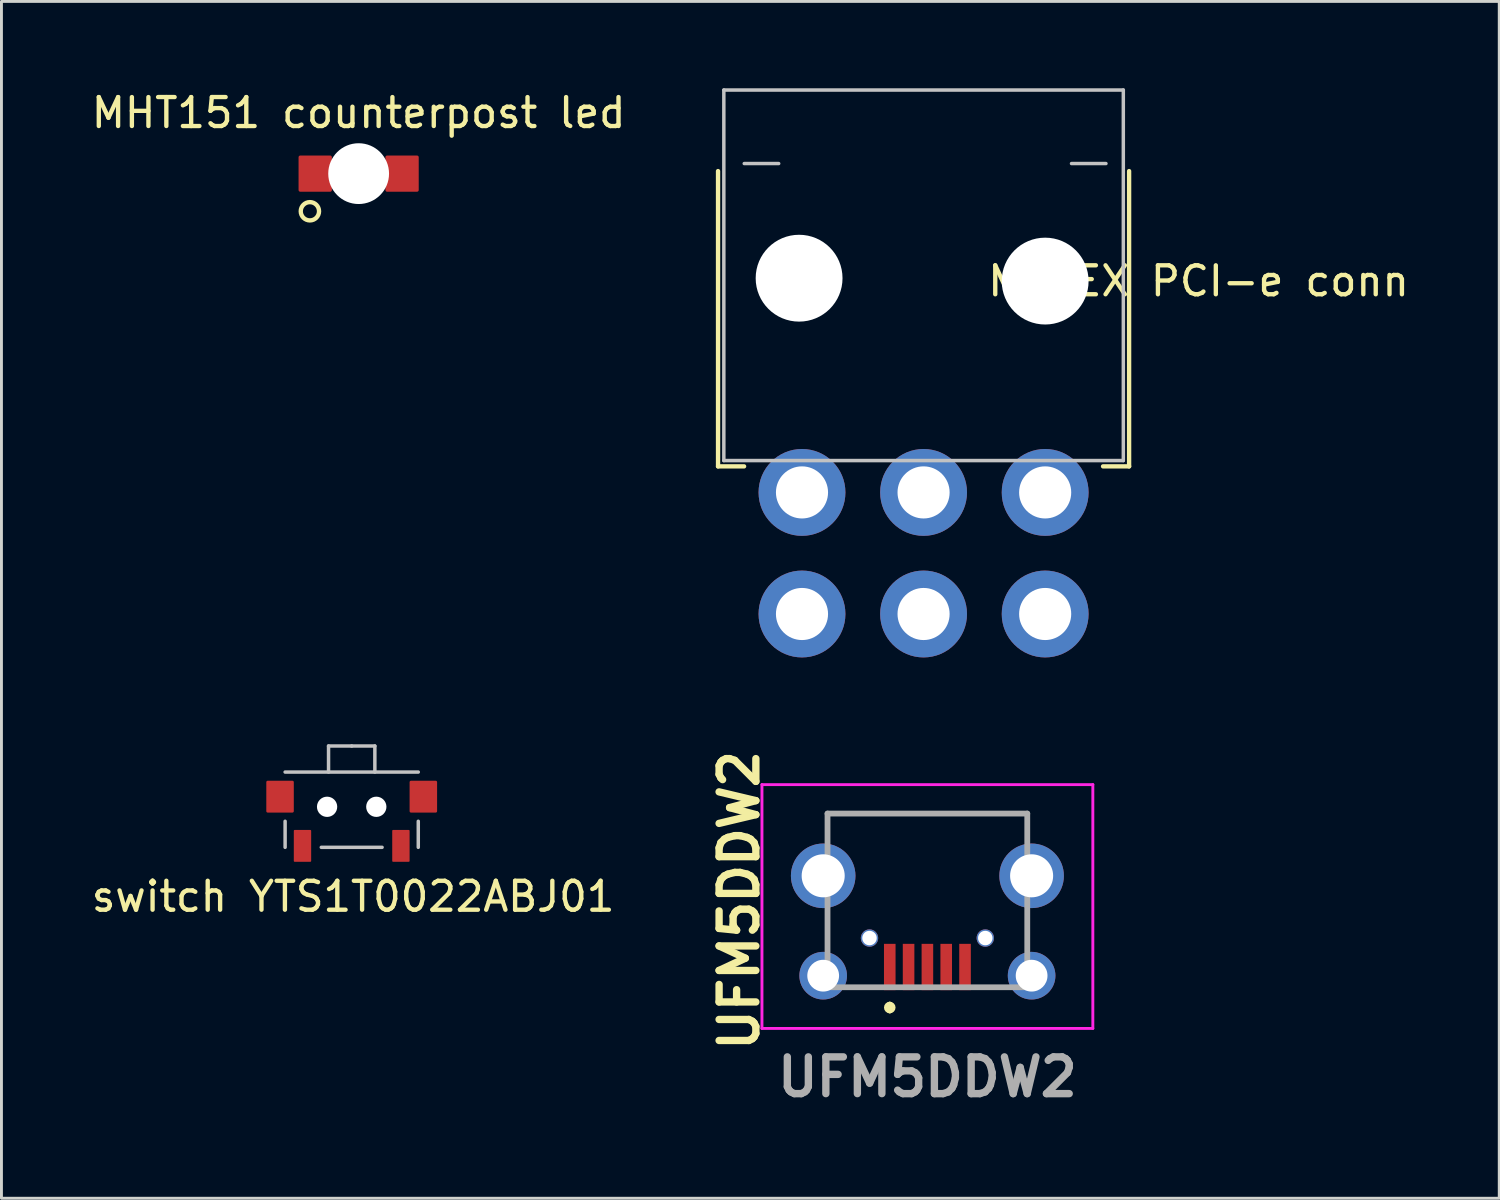
<source format=kicad_pcb>
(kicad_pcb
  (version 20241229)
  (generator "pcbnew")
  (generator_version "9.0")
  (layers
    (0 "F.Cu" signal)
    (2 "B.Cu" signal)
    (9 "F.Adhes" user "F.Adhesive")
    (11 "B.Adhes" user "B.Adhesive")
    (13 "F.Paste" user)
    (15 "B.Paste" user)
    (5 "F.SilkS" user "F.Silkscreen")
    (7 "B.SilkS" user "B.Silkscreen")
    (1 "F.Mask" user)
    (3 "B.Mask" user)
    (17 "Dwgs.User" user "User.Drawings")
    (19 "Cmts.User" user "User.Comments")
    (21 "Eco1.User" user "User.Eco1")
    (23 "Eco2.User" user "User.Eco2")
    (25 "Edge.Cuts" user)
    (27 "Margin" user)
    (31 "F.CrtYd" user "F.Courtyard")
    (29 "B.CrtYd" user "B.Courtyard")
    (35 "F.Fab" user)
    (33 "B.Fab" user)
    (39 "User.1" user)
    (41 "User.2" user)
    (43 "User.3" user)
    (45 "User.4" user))
  (footprint "MHT151 counterpost led"
    (layer "F.Cu")
    (at 9.339 2.948)
    (property "Reference" "MHT151 counterpost led" (at 0 -2.1 0) (unlocked yes) (layer "F.SilkS") (effects (font (size 1 1) (thickness 0.15))))
    (attr smd)
    (fp_circle (center -1.684 1.3) (end -1.384 1.2) (stroke (width 0.15) (type default)) (fill no) (layer "F.SilkS"))
    (pad "" np_thru_hole circle (at 0 0) (size 2.1 2.1) (drill 2.1) (layers "*.Cu" "*.Mask"))
    (pad "1" smd roundrect (at -1.5 0) (size 1.151 1.25) (layers "F.Cu" "F.Mask" "F.Paste") (roundrect_rratio 0.05))
    (pad "2" smd roundrect (at 1.5 0) (size 1.151 1.25) (layers "F.Cu" "F.Mask" "F.Paste") (roundrect_rratio 0.05)))
  (footprint "switch YTS1T0022ABJ01"
    (layer "F.Cu")
    (at 9.099 24.82)
    (property "Reference" "switch YTS1T0022ABJ01" (at 0.05 3.1 0) (unlocked yes) (layer "F.SilkS") (effects (font (size 1 1) (thickness 0.15))))
    (attr smd)
    (fp_line (start -2.3 -1.2) (end 2.3 -1.2) (stroke (width 0.12) (type default)) (layer "Dwgs.User"))
    (fp_line (start -2.3 0.5) (end -2.3 1.4) (stroke (width 0.12) (type default)) (layer "Dwgs.User"))
    (fp_line (start -1.05 1.4) (end 1.05 1.4) (stroke (width 0.12) (type default)) (layer "Dwgs.User"))
    (fp_line (start -0.8 -2.1) (end -0.8 -1.2) (stroke (width 0.12) (type default)) (layer "Dwgs.User"))
    (fp_line (start 0 -2.1) (end -0.8 -2.1) (stroke (width 0.12) (type default)) (layer "Dwgs.User"))
    (fp_line (start 0 -2.1) (end 0.8 -2.1) (stroke (width 0.12) (type default)) (layer "Dwgs.User"))
    (fp_line (start 0.8 -2.1) (end 0.8 -1.2) (stroke (width 0.12) (type default)) (layer "Dwgs.User"))
    (fp_line (start 2.3 0.5) (end 2.3 1.4) (stroke (width 0.12) (type default)) (layer "Dwgs.User"))
    (pad "" smd roundrect (at -2.475 -0.35) (size 0.95 1.1) (layers "F.Cu" "F.Mask" "F.Paste") (roundrect_rratio 0.05))
    (pad "" np_thru_hole circle (at -0.85 0) (size 0.7 0.7) (drill 0.7) (layers "*.Cu" "*.Mask"))
    (pad "" np_thru_hole circle (at 0.85 0) (size 0.7 0.7) (drill 0.7) (layers "*.Cu" "*.Mask"))
    (pad "" smd roundrect (at 2.475 -0.35) (size 0.95 1.1) (layers "F.Cu" "F.Mask" "F.Paste") (roundrect_rratio 0.05))
    (pad "1" smd roundrect (at -1.7 1.35) (size 0.6 1.1) (layers "F.Cu" "F.Mask" "F.Paste") (roundrect_rratio 0.05))
    (pad "2" smd roundrect (at 1.7 1.35) (size 0.6 1.1) (layers "F.Cu" "F.Mask" "F.Paste") (roundrect_rratio 0.05)))
  (footprint "MOLEX PCI-e conn"
    (layer "F.Cu")
    (at 28.854 6.66)
    (property "Reference" "MOLEX PCI-e conn" (at 9.5 0 0) (unlocked yes) (layer "F.SilkS") (effects (font (size 1 1) (thickness 0.15))))
    (attr through_hole)
    (fp_line (start -7.1 6.4) (end -7.1 -3.8) (stroke (width 0.15) (type default)) (layer "F.SilkS"))
    (fp_line (start -6.2 6.4) (end -7.1 6.4) (stroke (width 0.15) (type default)) (layer "F.SilkS"))
    (fp_line (start 6.2 6.4) (end 7.1 6.4) (stroke (width 0.15) (type default)) (layer "F.SilkS"))
    (fp_line (start 7.1 6.4) (end 7.1 -3.8) (stroke (width 0.15) (type default)) (layer "F.SilkS"))
    (fp_line (start -6.9 -6.6) (end 6.9 -6.6) (stroke (width 0.12) (type default)) (layer "Dwgs.User"))
    (fp_line (start -6.9 6.2) (end -6.9 -6.6) (stroke (width 0.12) (type default)) (layer "Dwgs.User"))
    (fp_line (start -5.005 -4.06) (end -6.195 -4.06) (stroke (width 0.12) (type default)) (layer "Dwgs.User"))
    (fp_line (start 6.3 -4.06) (end 5.11 -4.06) (stroke (width 0.12) (type default)) (layer "Dwgs.User"))
    (fp_line (start 6.9 -6.6) (end 6.9 6.2) (stroke (width 0.12) (type default)) (layer "Dwgs.User"))
    (fp_line (start 6.9 6.2) (end -6.9 6.2) (stroke (width 0.12) (type default)) (layer "Dwgs.User"))
    (pad "" np_thru_hole circle (at -4.3 -0.1) (size 3 3) (drill 3) (layers "*.Cu" "*.Mask"))
    (pad "" np_thru_hole circle (at 4.2 0) (size 3 3) (drill 3) (layers "*.Cu" "*.Mask"))
    (pad "1" thru_hole circle (at -4.2 7.3) (size 3 3) (drill 1.8) (layers "*.Cu" "*.Mask"))
    (pad "2" thru_hole circle (at 0 7.3) (size 3 3) (drill 1.8) (layers "*.Cu" "*.Mask"))
    (pad "3" thru_hole circle (at 4.2 7.3) (size 3 3) (drill 1.8) (layers "*.Cu" "*.Mask"))
    (pad "4" thru_hole circle (at -4.2 11.5) (size 3 3) (drill 1.8) (layers "*.Cu" "*.Mask"))
    (pad "5" thru_hole circle (at 0 11.5) (size 3 3) (drill 1.8) (layers "*.Cu" "*.Mask"))
    (pad "6" thru_hole circle (at 4.2 11.5) (size 3 3) (drill 1.8) (layers "*.Cu" "*.Mask")))
  (footprint "UFM5DDW2"
    (layer "F.Cu")
    (at 28.986 28.054)
    (property "Reference" "UFM5DDW2" (at -6.5 0 90) (layer "F.SilkS") (effects (font (size 1.27 1.27) (thickness 0.254))))
    (attr through_hole)
    (fp_line (start -3.45 -3) (end 3.45 -3) (stroke (width 0.1) (type solid)) (layer "F.SilkS"))
    (fp_line (start -3.45 -2.35) (end -3.45 -3) (stroke (width 0.1) (type solid)) (layer "F.SilkS"))
    (fp_line (start -3.45 1.55) (end -3.45 0.9) (stroke (width 0.1) (type solid)) (layer "F.SilkS"))
    (fp_line (start -2.6 3) (end -1.95 3) (stroke (width 0.1) (type solid)) (layer "F.SilkS"))
    (fp_line (start -1.3 3.6) (end -1.3 3.6) (stroke (width 0.2) (type solid)) (layer "F.SilkS"))
    (fp_line (start -1.3 3.8) (end -1.3 3.8) (stroke (width 0.2) (type solid)) (layer "F.SilkS"))
    (fp_line (start 1.95 3) (end 2.6 3) (stroke (width 0.1) (type solid)) (layer "F.SilkS"))
    (fp_line (start 3.45 -3) (end 3.45 -2.35) (stroke (width 0.1) (type solid)) (layer "F.SilkS"))
    (fp_line (start 3.45 1.55) (end 3.45 0.9) (stroke (width 0.1) (type solid)) (layer "F.SilkS"))
    (fp_arc (start -1.3 3.6) (mid -1.2 3.7) (end -1.3 3.8) (stroke (width 0.2) (type solid)) (layer "F.SilkS"))
    (fp_arc (start -1.3 3.8) (mid -1.4 3.7) (end -1.3 3.6) (stroke (width 0.2) (type solid)) (layer "F.SilkS"))
    (fp_line (start -5.715 -4) (end 5.715 -4) (stroke (width 0.1) (type solid)) (layer "F.CrtYd"))
    (fp_line (start -5.715 4.422) (end -5.715 -4) (stroke (width 0.1) (type solid)) (layer "F.CrtYd"))
    (fp_line (start 5.715 -4) (end 5.715 4.422) (stroke (width 0.1) (type solid)) (layer "F.CrtYd"))
    (fp_line (start 5.715 4.422) (end -5.715 4.422) (stroke (width 0.1) (type solid)) (layer "F.CrtYd"))
    (fp_line (start -3.45 -3) (end 3.45 -3) (stroke (width 0.2) (type solid)) (layer "F.Fab"))
    (fp_line (start -3.45 3) (end -3.45 -3) (stroke (width 0.2) (type solid)) (layer "F.Fab"))
    (fp_line (start 3.45 -3) (end 3.45 3) (stroke (width 0.2) (type solid)) (layer "F.Fab"))
    (fp_line (start 3.45 3) (end -3.45 3) (stroke (width 0.2) (type solid)) (layer "F.Fab"))
    (fp_text user "${REFERENCE}" (at 0 6.1 0) (layer "F.Fab") (effects (font (size 1.27 1.27) (thickness 0.254))))
    (pad "" np_thru_hole circle (at -2 1.3) (size 0.6 0.6) (drill 0.5) (layers "*.Cu" "*.Mask"))
    (pad "" np_thru_hole circle (at 2 1.3) (size 0.6 0.6) (drill 0.5) (layers "*.Cu" "*.Mask"))
    (pad "1" smd rect (at -1.3 2.3) (size 0.4 1.6) (layers "F.Cu" "F.Mask" "F.Paste"))
    (pad "2" smd rect (at -0.65 2.3) (size 0.4 1.6) (layers "F.Cu" "F.Mask" "F.Paste"))
    (pad "3" smd rect (at 0 2.3) (size 0.4 1.6) (layers "F.Cu" "F.Mask" "F.Paste"))
    (pad "4" smd rect (at 0.65 2.3) (size 0.4 1.6) (layers "F.Cu" "F.Mask" "F.Paste"))
    (pad "5" smd rect (at 1.3 2.3) (size 0.4 1.6) (layers "F.Cu" "F.Mask" "F.Paste"))
    (pad "MH1" thru_hole circle (at -3.6 -0.85) (size 2.23 2.23) (drill 1.487) (layers "*.Cu" "*.Mask"))
    (pad "MH2" thru_hole circle (at 3.6 -0.85) (size 2.23 2.23) (drill 1.487) (layers "*.Cu" "*.Mask"))
    (pad "MH3" thru_hole circle (at -3.6 2.6) (size 1.645 1.645) (drill 1.097) (layers "*.Cu" "*.Mask"))
    (pad "MH4" thru_hole circle (at 3.6 2.6) (size 1.645 1.645) (drill 1.097) (layers "*.Cu" "*.Mask")))
  (gr_rect
    (start -3 -3)
    (end 48.74 38.343)
    (stroke (width 0.1) (type default))
    (fill no)
    (layer "Edge.Cuts")))
</source>
